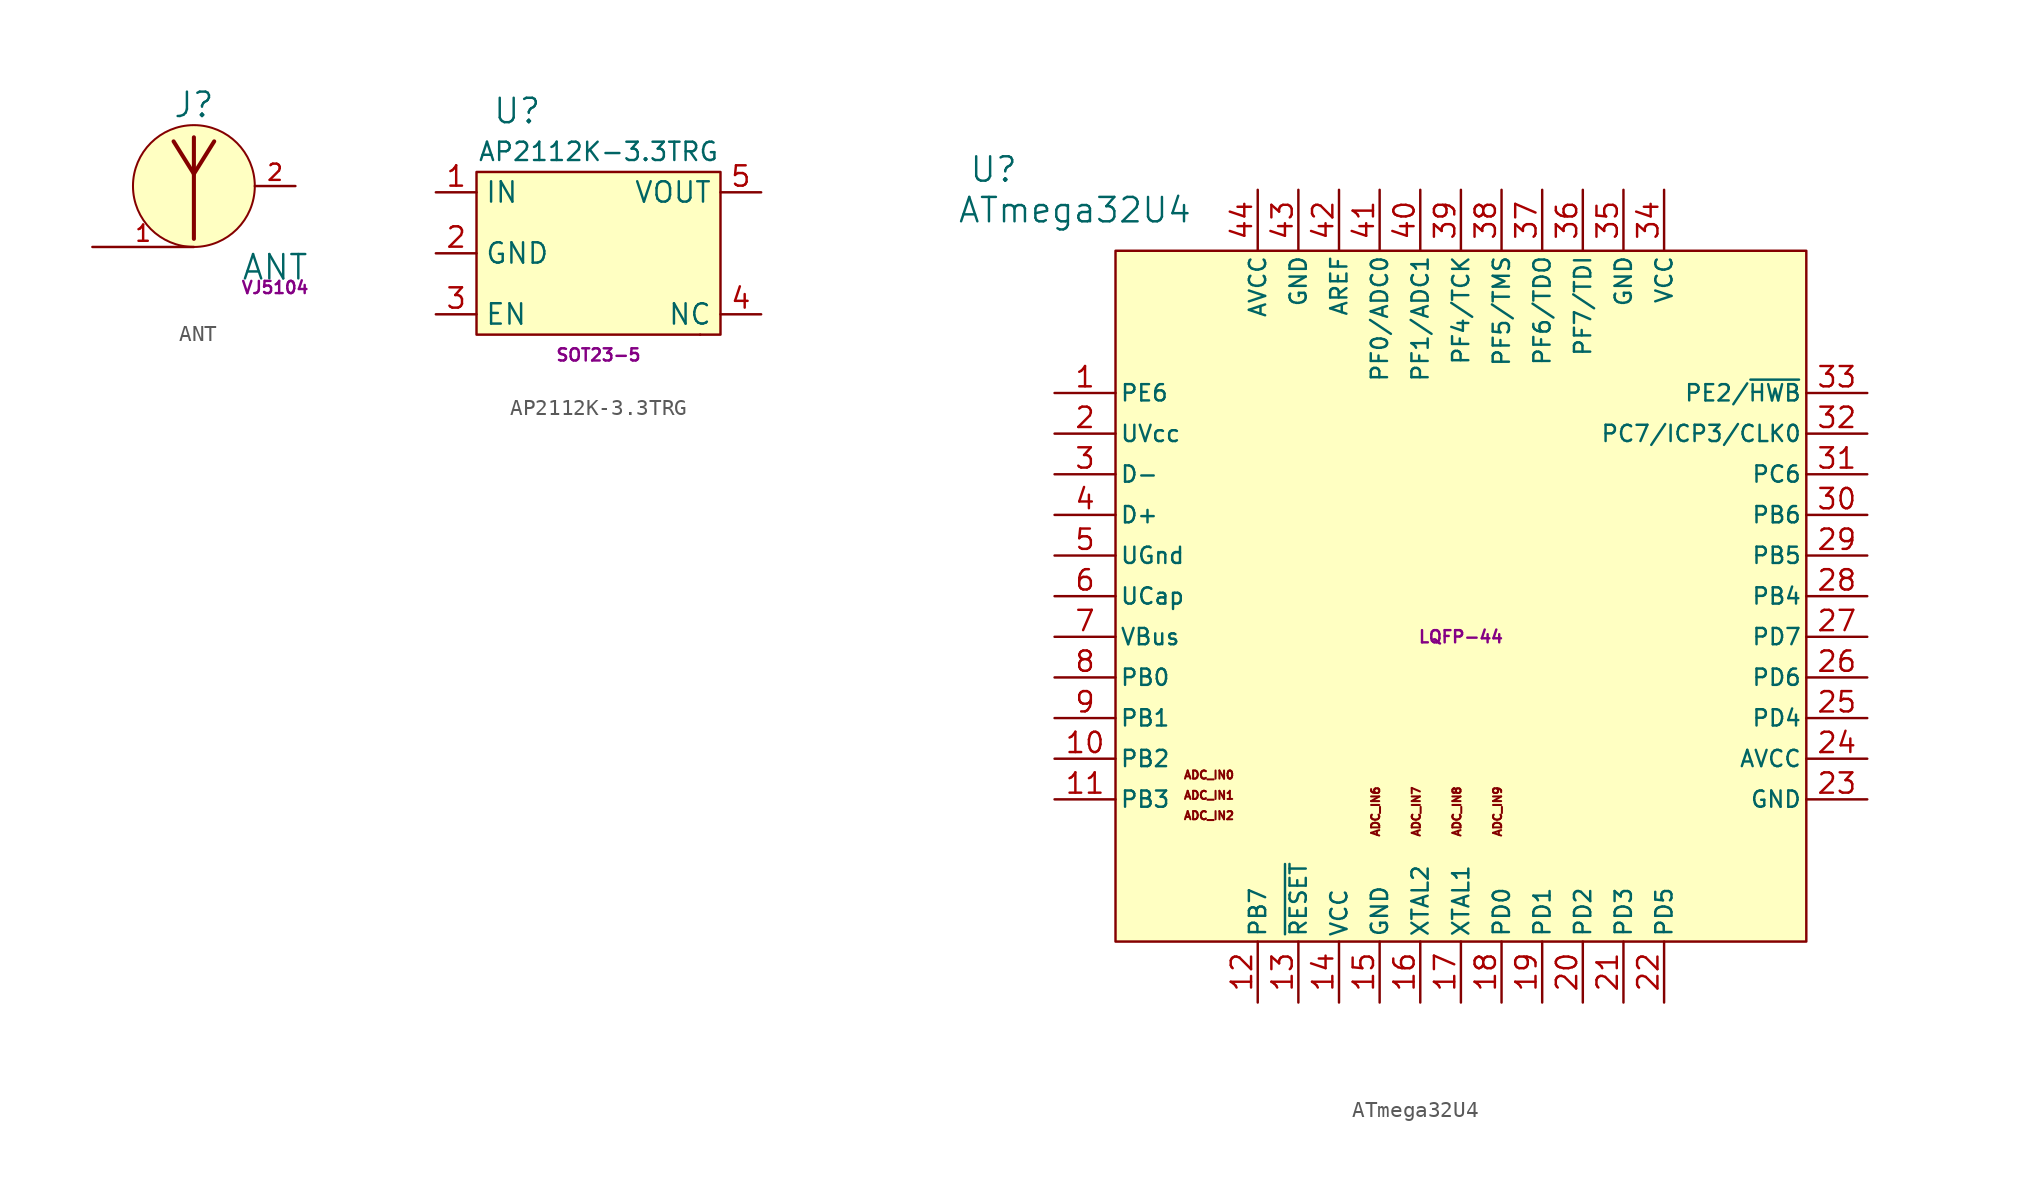
<source format=kicad_sym>
(kicad_symbol_lib
  (version 20220914)
  (generator kicad_symbol_editor)
  (symbol "ANT"
    (pin_names
      (offset 0) hide)
    (property "Reference" "J"
      (at 0 5.08 0)
      (effects (font (size 1.524 1.524))))
    (property "Value" "ANT"
      (at 5.08 -5.08 0)
      (effects (font (size 1.524 1.524))))
    (property "Footprint" "VJ5104"
      (at 5.08 -6.35 0)
      (effects (font (size 0.762 0.762))))
    (property "Datasheet" ""
      (at 0 0 0)
      (effects (font (size 1.524 1.524))))
    (symbol "ANT_0_1"
      (polyline (pts (xy 0 -3.302) (xy 0 3.048)) (stroke (width 0.254) (type default)) (fill (type none)))
      (polyline (pts (xy 0 0.762) (xy -1.27 2.794)) (stroke (width 0.254) (type default)) (fill (type none)))
      (polyline (pts (xy 0 0.762) (xy 1.27 2.794)) (stroke (width 0.254) (type default)) (fill (type none)))
      (circle (center 0 0) (radius 3.81) (stroke (width 0.127) (type default)) (fill (type background))))
    (symbol "ANT_1_1"
      (pin passive line (at -6.35 -3.81 0) (length 6.35) (name "1" (effects (font (size 1.016 1.016)))) (number "1" (effects (font (size 1.016 1.016)))))
      (pin passive line (at 6.35 0 180) (length 2.54) (name "2" (effects (font (size 1.016 1.016)))) (number "2" (effects (font (size 1.016 1.016)))))))
  (symbol "AP2112K-3.3TRG"
    (property "Reference" "U"
      (at -5.08 8.89 0)
      (effects (font (size 1.524 1.524))))
    (property "Value" "AP2112K-3.3TRG"
      (at 0 6.35 0)
      (effects (font (size 1.143 1.143))))
    (property "Footprint" "SOT23-5"
      (at 0 -6.35 0)
      (effects (font (size 0.762 0.762))))
    (property "Datasheet" ""
      (at 0 0 0)
      (effects (font (size 1.524 1.524))))
    (symbol "AP2112K-3.3TRG_0_1"
      (rectangle (start -7.62 5.08) (end 7.62 -5.08) (stroke (width 0) (type default)) (fill (type background)))
      (rectangle (start 6.35 -5.08) (end 6.35 -5.08) (stroke (width 0) (type default)) (fill (type none))))
    (symbol "AP2112K-3.3TRG_1_1"
      (pin bidirectional line (at -10.16 3.81 0) (length 2.54) (name "IN" (effects (font (size 1.27 1.27)))) (number "1" (effects (font (size 1.27 1.27)))))
      (pin output line (at -10.16 0 0) (length 2.54) (name "GND" (effects (font (size 1.27 1.27)))) (number "2" (effects (font (size 1.27 1.27)))))
      (pin bidirectional line (at -10.16 -3.81 0) (length 2.54) (name "EN" (effects (font (size 1.27 1.27)))) (number "3" (effects (font (size 1.27 1.27)))))
      (pin input line (at 10.16 -3.81 180) (length 2.54) (name "NC" (effects (font (size 1.27 1.27)))) (number "4" (effects (font (size 1.27 1.27)))))
      (pin input line (at 10.16 3.81 180) (length 2.54) (name "VOUT" (effects (font (size 1.27 1.27)))) (number "5" (effects (font (size 1.27 1.27)))))))
  (symbol "ATmega32U4"
    (pin_names
      (offset 0.254))
    (property "Reference" "U"
      (at -29.21 26.67 0)
      (effects (font (size 1.524 1.524))))
    (property "Value" "ATmega32U4"
      (at -24.13 24.13 0)
      (effects (font (size 1.524 1.524))))
    (property "Footprint" "LQFP-44"
      (at 0 -2.54 0)
      (effects (font (size 0.762 0.762))))
    (property "Datasheet" ""
      (at 0 0 0)
      (effects (font (size 1.524 1.524))))
    (symbol "ATmega32U4_0_0"
      (text "ADC_IN0" (at -15.748 -11.176 0) (effects (font (size 0.508 0.508))))
      (text "ADC_IN1" (at -15.748 -12.446 0) (effects (font (size 0.508 0.508))))
      (text "ADC_IN2" (at -15.748 -13.716 0) (effects (font (size 0.508 0.508))))
      (text "ADC_IN6" (at -5.334 -13.462 900) (effects (font (size 0.508 0.508))))
      (text "ADC_IN7" (at -2.794 -13.462 900) (effects (font (size 0.508 0.508))))
      (text "ADC_IN8" (at -0.254 -13.462 900) (effects (font (size 0.508 0.508))))
      (text "ADC_IN9" (at 2.286 -13.462 900) (effects (font (size 0.508 0.508)))))
    (symbol "ATmega32U4_0_1"
      (rectangle (start -21.59 21.59) (end 21.59 -21.59) (stroke (width 0) (type default)) (fill (type background))))
    (symbol "ATmega32U4_1_1"
      (pin input line (at -25.4 12.7 0) (length 3.81) (name "PE6" (effects (font (size 1.016 1.016)))) (number "1" (effects (font (size 1.27 1.27)))))
      (pin input line (at -25.4 -10.16 0) (length 3.81) (name "PB2" (effects (font (size 1.016 1.016)))) (number "10" (effects (font (size 1.27 1.27)))))
      (pin input line (at -25.4 -12.7 0) (length 3.81) (name "PB3" (effects (font (size 1.016 1.016)))) (number "11" (effects (font (size 1.27 1.27)))))
      (pin input line (at -12.7 -25.4 90) (length 3.81) (name "PB7" (effects (font (size 1.016 1.016)))) (number "12" (effects (font (size 1.27 1.27)))))
      (pin input line (at -10.16 -25.4 90) (length 3.81) (name "~{RESET}" (effects (font (size 1.016 1.016)))) (number "13" (effects (font (size 1.27 1.27)))))
      (pin input line (at -7.62 -25.4 90) (length 3.81) (name "VCC" (effects (font (size 1.016 1.016)))) (number "14" (effects (font (size 1.27 1.27)))))
      (pin input line (at -5.08 -25.4 90) (length 3.81) (name "GND" (effects (font (size 1.016 1.016)))) (number "15" (effects (font (size 1.27 1.27)))))
      (pin input line (at -2.54 -25.4 90) (length 3.81) (name "XTAL2" (effects (font (size 1.016 1.016)))) (number "16" (effects (font (size 1.27 1.27)))))
      (pin input line (at 0 -25.4 90) (length 3.81) (name "XTAL1" (effects (font (size 1.016 1.016)))) (number "17" (effects (font (size 1.27 1.27)))))
      (pin input line (at 2.54 -25.4 90) (length 3.81) (name "PD0" (effects (font (size 1.016 1.016)))) (number "18" (effects (font (size 1.27 1.27)))))
      (pin input line (at 5.08 -25.4 90) (length 3.81) (name "PD1" (effects (font (size 1.016 1.016)))) (number "19" (effects (font (size 1.27 1.27)))))
      (pin input line (at -25.4 10.16 0) (length 3.81) (name "UVcc" (effects (font (size 1.016 1.016)))) (number "2" (effects (font (size 1.27 1.27)))))
      (pin input line (at 7.62 -25.4 90) (length 3.81) (name "PD2" (effects (font (size 1.016 1.016)))) (number "20" (effects (font (size 1.27 1.27)))))
      (pin input line (at 10.16 -25.4 90) (length 3.81) (name "PD3" (effects (font (size 1.016 1.016)))) (number "21" (effects (font (size 1.27 1.27)))))
      (pin input line (at 12.7 -25.4 90) (length 3.81) (name "PD5" (effects (font (size 1.016 1.016)))) (number "22" (effects (font (size 1.27 1.27)))))
      (pin input line (at 25.4 -12.7 180) (length 3.81) (name "GND" (effects (font (size 1.016 1.016)))) (number "23" (effects (font (size 1.27 1.27)))))
      (pin input line (at 25.4 -10.16 180) (length 3.81) (name "AVCC" (effects (font (size 1.016 1.016)))) (number "24" (effects (font (size 1.27 1.27)))))
      (pin input line (at 25.4 -7.62 180) (length 3.81) (name "PD4" (effects (font (size 1.016 1.016)))) (number "25" (effects (font (size 1.27 1.27)))))
      (pin input line (at 25.4 -5.08 180) (length 3.81) (name "PD6" (effects (font (size 1.016 1.016)))) (number "26" (effects (font (size 1.27 1.27)))))
      (pin input line (at 25.4 -2.54 180) (length 3.81) (name "PD7" (effects (font (size 1.016 1.016)))) (number "27" (effects (font (size 1.27 1.27)))))
      (pin input line (at 25.4 0 180) (length 3.81) (name "PB4" (effects (font (size 1.016 1.016)))) (number "28" (effects (font (size 1.27 1.27)))))
      (pin input line (at 25.4 2.54 180) (length 3.81) (name "PB5" (effects (font (size 1.016 1.016)))) (number "29" (effects (font (size 1.27 1.27)))))
      (pin input line (at -25.4 7.62 0) (length 3.81) (name "D-" (effects (font (size 1.016 1.016)))) (number "3" (effects (font (size 1.27 1.27)))))
      (pin input line (at 25.4 5.08 180) (length 3.81) (name "PB6" (effects (font (size 1.016 1.016)))) (number "30" (effects (font (size 1.27 1.27)))))
      (pin input line (at 25.4 7.62 180) (length 3.81) (name "PC6" (effects (font (size 1.016 1.016)))) (number "31" (effects (font (size 1.27 1.27)))))
      (pin input line (at 25.4 10.16 180) (length 3.81) (name "PC7/ICP3/CLK0" (effects (font (size 1.016 1.016)))) (number "32" (effects (font (size 1.27 1.27)))))
      (pin input line (at 25.4 12.7 180) (length 3.81) (name "PE2/~{HWB}" (effects (font (size 1.016 1.016)))) (number "33" (effects (font (size 1.27 1.27)))))
      (pin input line (at 12.7 25.4 270) (length 3.81) (name "VCC" (effects (font (size 1.016 1.016)))) (number "34" (effects (font (size 1.27 1.27)))))
      (pin input line (at 10.16 25.4 270) (length 3.81) (name "GND" (effects (font (size 1.016 1.016)))) (number "35" (effects (font (size 1.27 1.27)))))
      (pin input line (at 7.62 25.4 270) (length 3.81) (name "PF7/TDI" (effects (font (size 1.016 1.016)))) (number "36" (effects (font (size 1.27 1.27)))))
      (pin input line (at 5.08 25.4 270) (length 3.81) (name "PF6/TDO" (effects (font (size 1.016 1.016)))) (number "37" (effects (font (size 1.27 1.27)))))
      (pin input line (at 2.54 25.4 270) (length 3.81) (name "PF5/TMS" (effects (font (size 1.016 1.016)))) (number "38" (effects (font (size 1.27 1.27)))))
      (pin input line (at 0 25.4 270) (length 3.81) (name "PF4/TCK" (effects (font (size 1.016 1.016)))) (number "39" (effects (font (size 1.27 1.27)))))
      (pin input line (at -25.4 5.08 0) (length 3.81) (name "D+" (effects (font (size 1.016 1.016)))) (number "4" (effects (font (size 1.27 1.27)))))
      (pin input line (at -2.54 25.4 270) (length 3.81) (name "PF1/ADC1" (effects (font (size 1.016 1.016)))) (number "40" (effects (font (size 1.27 1.27)))))
      (pin input line (at -5.08 25.4 270) (length 3.81) (name "PF0/ADC0" (effects (font (size 1.016 1.016)))) (number "41" (effects (font (size 1.27 1.27)))))
      (pin input line (at -7.62 25.4 270) (length 3.81) (name "AREF" (effects (font (size 1.016 1.016)))) (number "42" (effects (font (size 1.27 1.27)))))
      (pin input line (at -10.16 25.4 270) (length 3.81) (name "GND" (effects (font (size 1.016 1.016)))) (number "43" (effects (font (size 1.27 1.27)))))
      (pin input line (at -12.7 25.4 270) (length 3.81) (name "AVCC" (effects (font (size 1.016 1.016)))) (number "44" (effects (font (size 1.27 1.27)))))
      (pin input line (at -25.4 2.54 0) (length 3.81) (name "UGnd" (effects (font (size 1.016 1.016)))) (number "5" (effects (font (size 1.27 1.27)))))
      (pin input line (at -25.4 0 0) (length 3.81) (name "UCap" (effects (font (size 1.016 1.016)))) (number "6" (effects (font (size 1.27 1.27)))))
      (pin input line (at -25.4 -2.54 0) (length 3.81) (name "VBus" (effects (font (size 1.016 1.016)))) (number "7" (effects (font (size 1.27 1.27)))))
      (pin input line (at -25.4 -5.08 0) (length 3.81) (name "PB0" (effects (font (size 1.016 1.016)))) (number "8" (effects (font (size 1.27 1.27)))))
      (pin input line (at -25.4 -7.62 0) (length 3.81) (name "PB1" (effects (font (size 1.016 1.016)))) (number "9" (effects (font (size 1.27 1.27))))))))
</source>
